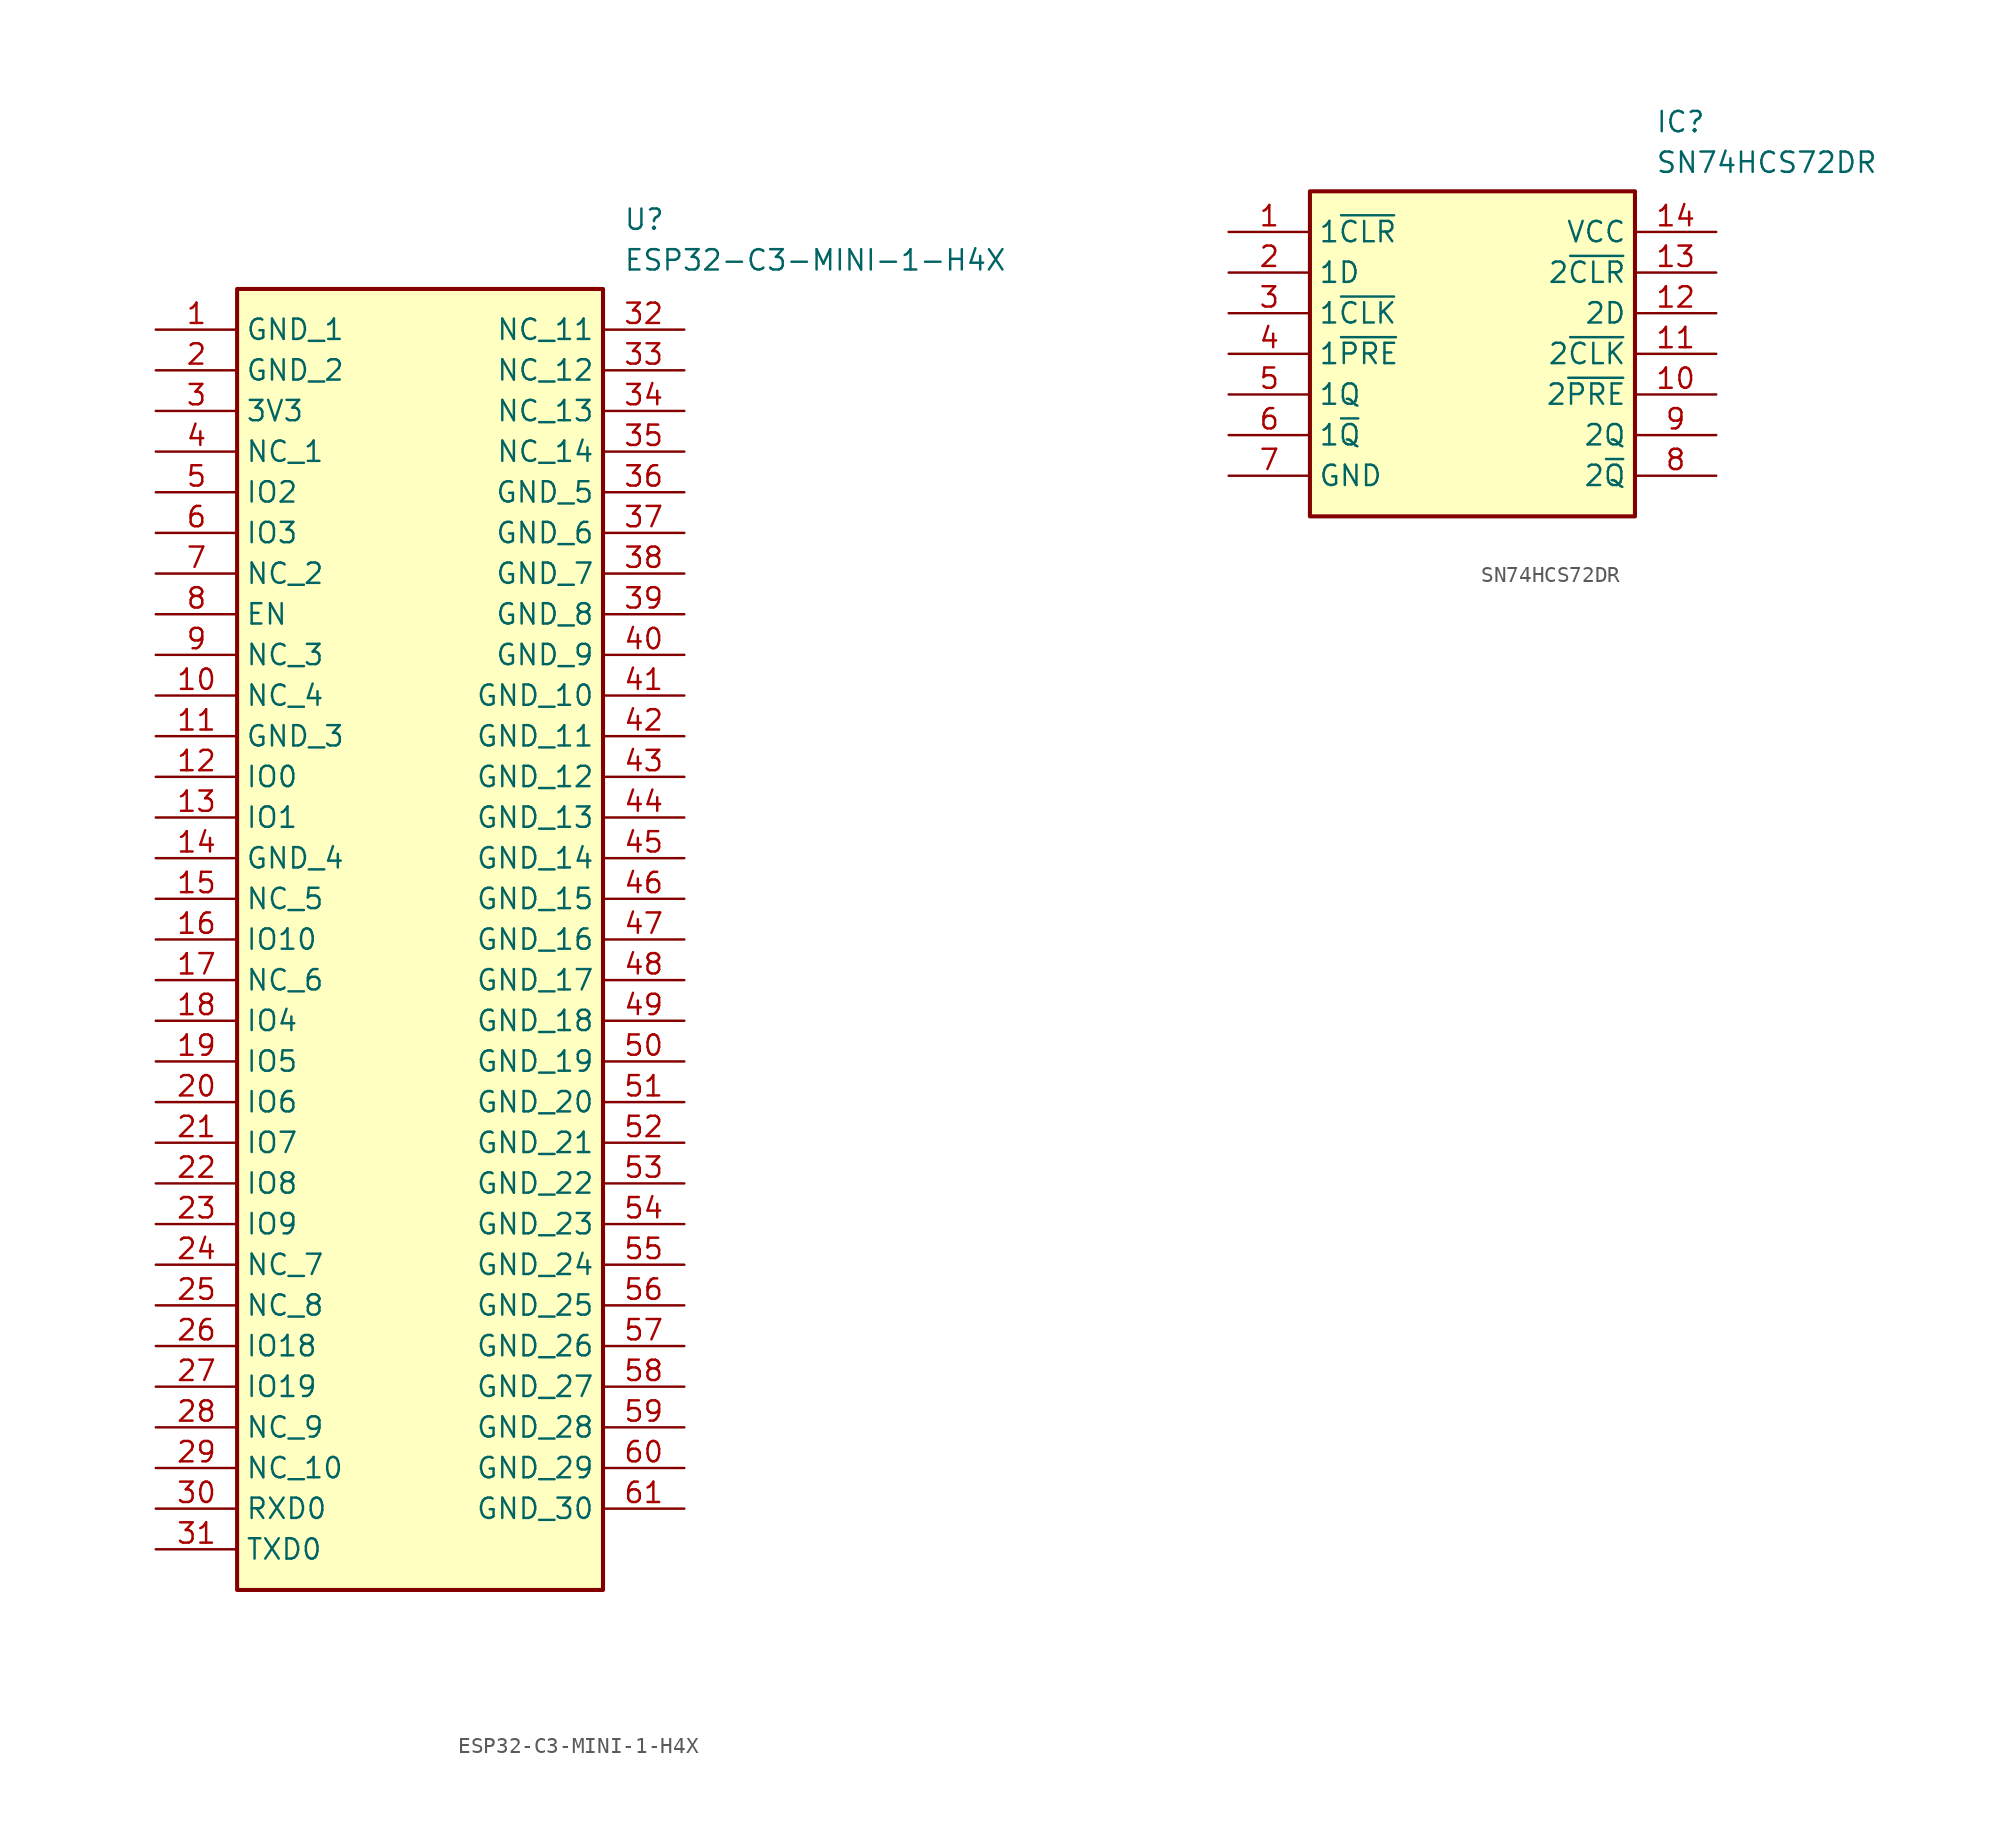
<source format=kicad_sym>
(kicad_symbol_lib
  (version 20241209)
  (generator "kicad_symbol_editor")
  (generator_version "9.0")
  (symbol "ESP32-C3-MINI-1-H4X"
    (property "Reference" "U"
      (at 29.21 7.62 0)
      (effects (font (size 1.27 1.27)) (justify left top)))
    (property "Value" "ESP32-C3-MINI-1-H4X"
      (at 29.21 5.08 0)
      (effects (font (size 1.27 1.27)) (justify left top)))
    (symbol "ESP32-C3-MINI-1-H4X_1_1"
      (rectangle (start 5.08 2.54) (end 27.94 -78.74) (stroke (width 0.254) (type default)) (fill (type background)))
      (pin passive line (at 0 0 0) (length 5.08) (name "GND_1" (effects (font (size 1.27 1.27)))) (number "1" (effects (font (size 1.27 1.27)))))
      (pin passive line (at 0 -2.54 0) (length 5.08) (name "GND_2" (effects (font (size 1.27 1.27)))) (number "2" (effects (font (size 1.27 1.27)))))
      (pin passive line (at 0 -5.08 0) (length 5.08) (name "3V3" (effects (font (size 1.27 1.27)))) (number "3" (effects (font (size 1.27 1.27)))))
      (pin passive line (at 0 -7.62 0) (length 5.08) (name "NC_1" (effects (font (size 1.27 1.27)))) (number "4" (effects (font (size 1.27 1.27)))))
      (pin passive line (at 0 -10.16 0) (length 5.08) (name "IO2" (effects (font (size 1.27 1.27)))) (number "5" (effects (font (size 1.27 1.27)))))
      (pin passive line (at 0 -12.7 0) (length 5.08) (name "IO3" (effects (font (size 1.27 1.27)))) (number "6" (effects (font (size 1.27 1.27)))))
      (pin passive line (at 0 -15.24 0) (length 5.08) (name "NC_2" (effects (font (size 1.27 1.27)))) (number "7" (effects (font (size 1.27 1.27)))))
      (pin passive line (at 0 -17.78 0) (length 5.08) (name "EN" (effects (font (size 1.27 1.27)))) (number "8" (effects (font (size 1.27 1.27)))))
      (pin passive line (at 0 -20.32 0) (length 5.08) (name "NC_3" (effects (font (size 1.27 1.27)))) (number "9" (effects (font (size 1.27 1.27)))))
      (pin passive line (at 0 -22.86 0) (length 5.08) (name "NC_4" (effects (font (size 1.27 1.27)))) (number "10" (effects (font (size 1.27 1.27)))))
      (pin passive line (at 0 -25.4 0) (length 5.08) (name "GND_3" (effects (font (size 1.27 1.27)))) (number "11" (effects (font (size 1.27 1.27)))))
      (pin passive line (at 0 -27.94 0) (length 5.08) (name "IO0" (effects (font (size 1.27 1.27)))) (number "12" (effects (font (size 1.27 1.27)))))
      (pin passive line (at 0 -30.48 0) (length 5.08) (name "IO1" (effects (font (size 1.27 1.27)))) (number "13" (effects (font (size 1.27 1.27)))))
      (pin passive line (at 0 -33.02 0) (length 5.08) (name "GND_4" (effects (font (size 1.27 1.27)))) (number "14" (effects (font (size 1.27 1.27)))))
      (pin passive line (at 0 -35.56 0) (length 5.08) (name "NC_5" (effects (font (size 1.27 1.27)))) (number "15" (effects (font (size 1.27 1.27)))))
      (pin passive line (at 0 -38.1 0) (length 5.08) (name "IO10" (effects (font (size 1.27 1.27)))) (number "16" (effects (font (size 1.27 1.27)))))
      (pin passive line (at 0 -40.64 0) (length 5.08) (name "NC_6" (effects (font (size 1.27 1.27)))) (number "17" (effects (font (size 1.27 1.27)))))
      (pin passive line (at 0 -43.18 0) (length 5.08) (name "IO4" (effects (font (size 1.27 1.27)))) (number "18" (effects (font (size 1.27 1.27)))))
      (pin passive line (at 0 -45.72 0) (length 5.08) (name "IO5" (effects (font (size 1.27 1.27)))) (number "19" (effects (font (size 1.27 1.27)))))
      (pin passive line (at 0 -48.26 0) (length 5.08) (name "IO6" (effects (font (size 1.27 1.27)))) (number "20" (effects (font (size 1.27 1.27)))))
      (pin passive line (at 0 -50.8 0) (length 5.08) (name "IO7" (effects (font (size 1.27 1.27)))) (number "21" (effects (font (size 1.27 1.27)))))
      (pin passive line (at 0 -53.34 0) (length 5.08) (name "IO8" (effects (font (size 1.27 1.27)))) (number "22" (effects (font (size 1.27 1.27)))))
      (pin passive line (at 0 -55.88 0) (length 5.08) (name "IO9" (effects (font (size 1.27 1.27)))) (number "23" (effects (font (size 1.27 1.27)))))
      (pin passive line (at 0 -58.42 0) (length 5.08) (name "NC_7" (effects (font (size 1.27 1.27)))) (number "24" (effects (font (size 1.27 1.27)))))
      (pin passive line (at 0 -60.96 0) (length 5.08) (name "NC_8" (effects (font (size 1.27 1.27)))) (number "25" (effects (font (size 1.27 1.27)))))
      (pin passive line (at 0 -63.5 0) (length 5.08) (name "IO18" (effects (font (size 1.27 1.27)))) (number "26" (effects (font (size 1.27 1.27)))))
      (pin passive line (at 0 -66.04 0) (length 5.08) (name "IO19" (effects (font (size 1.27 1.27)))) (number "27" (effects (font (size 1.27 1.27)))))
      (pin passive line (at 0 -68.58 0) (length 5.08) (name "NC_9" (effects (font (size 1.27 1.27)))) (number "28" (effects (font (size 1.27 1.27)))))
      (pin passive line (at 0 -71.12 0) (length 5.08) (name "NC_10" (effects (font (size 1.27 1.27)))) (number "29" (effects (font (size 1.27 1.27)))))
      (pin passive line (at 0 -73.66 0) (length 5.08) (name "RXD0" (effects (font (size 1.27 1.27)))) (number "30" (effects (font (size 1.27 1.27)))))
      (pin passive line (at 0 -76.2 0) (length 5.08) (name "TXD0" (effects (font (size 1.27 1.27)))) (number "31" (effects (font (size 1.27 1.27)))))
      (pin passive line (at 33.02 0 180) (length 5.08) (name "NC_11" (effects (font (size 1.27 1.27)))) (number "32" (effects (font (size 1.27 1.27)))))
      (pin passive line (at 33.02 -2.54 180) (length 5.08) (name "NC_12" (effects (font (size 1.27 1.27)))) (number "33" (effects (font (size 1.27 1.27)))))
      (pin passive line (at 33.02 -5.08 180) (length 5.08) (name "NC_13" (effects (font (size 1.27 1.27)))) (number "34" (effects (font (size 1.27 1.27)))))
      (pin passive line (at 33.02 -7.62 180) (length 5.08) (name "NC_14" (effects (font (size 1.27 1.27)))) (number "35" (effects (font (size 1.27 1.27)))))
      (pin passive line (at 33.02 -10.16 180) (length 5.08) (name "GND_5" (effects (font (size 1.27 1.27)))) (number "36" (effects (font (size 1.27 1.27)))))
      (pin passive line (at 33.02 -12.7 180) (length 5.08) (name "GND_6" (effects (font (size 1.27 1.27)))) (number "37" (effects (font (size 1.27 1.27)))))
      (pin passive line (at 33.02 -15.24 180) (length 5.08) (name "GND_7" (effects (font (size 1.27 1.27)))) (number "38" (effects (font (size 1.27 1.27)))))
      (pin passive line (at 33.02 -17.78 180) (length 5.08) (name "GND_8" (effects (font (size 1.27 1.27)))) (number "39" (effects (font (size 1.27 1.27)))))
      (pin passive line (at 33.02 -20.32 180) (length 5.08) (name "GND_9" (effects (font (size 1.27 1.27)))) (number "40" (effects (font (size 1.27 1.27)))))
      (pin passive line (at 33.02 -22.86 180) (length 5.08) (name "GND_10" (effects (font (size 1.27 1.27)))) (number "41" (effects (font (size 1.27 1.27)))))
      (pin passive line (at 33.02 -25.4 180) (length 5.08) (name "GND_11" (effects (font (size 1.27 1.27)))) (number "42" (effects (font (size 1.27 1.27)))))
      (pin passive line (at 33.02 -27.94 180) (length 5.08) (name "GND_12" (effects (font (size 1.27 1.27)))) (number "43" (effects (font (size 1.27 1.27)))))
      (pin passive line (at 33.02 -30.48 180) (length 5.08) (name "GND_13" (effects (font (size 1.27 1.27)))) (number "44" (effects (font (size 1.27 1.27)))))
      (pin passive line (at 33.02 -33.02 180) (length 5.08) (name "GND_14" (effects (font (size 1.27 1.27)))) (number "45" (effects (font (size 1.27 1.27)))))
      (pin passive line (at 33.02 -35.56 180) (length 5.08) (name "GND_15" (effects (font (size 1.27 1.27)))) (number "46" (effects (font (size 1.27 1.27)))))
      (pin passive line (at 33.02 -38.1 180) (length 5.08) (name "GND_16" (effects (font (size 1.27 1.27)))) (number "47" (effects (font (size 1.27 1.27)))))
      (pin passive line (at 33.02 -40.64 180) (length 5.08) (name "GND_17" (effects (font (size 1.27 1.27)))) (number "48" (effects (font (size 1.27 1.27)))))
      (pin passive line (at 33.02 -43.18 180) (length 5.08) (name "GND_18" (effects (font (size 1.27 1.27)))) (number "49" (effects (font (size 1.27 1.27)))))
      (pin passive line (at 33.02 -45.72 180) (length 5.08) (name "GND_19" (effects (font (size 1.27 1.27)))) (number "50" (effects (font (size 1.27 1.27)))))
      (pin passive line (at 33.02 -48.26 180) (length 5.08) (name "GND_20" (effects (font (size 1.27 1.27)))) (number "51" (effects (font (size 1.27 1.27)))))
      (pin passive line (at 33.02 -50.8 180) (length 5.08) (name "GND_21" (effects (font (size 1.27 1.27)))) (number "52" (effects (font (size 1.27 1.27)))))
      (pin passive line (at 33.02 -53.34 180) (length 5.08) (name "GND_22" (effects (font (size 1.27 1.27)))) (number "53" (effects (font (size 1.27 1.27)))))
      (pin passive line (at 33.02 -55.88 180) (length 5.08) (name "GND_23" (effects (font (size 1.27 1.27)))) (number "54" (effects (font (size 1.27 1.27)))))
      (pin passive line (at 33.02 -58.42 180) (length 5.08) (name "GND_24" (effects (font (size 1.27 1.27)))) (number "55" (effects (font (size 1.27 1.27)))))
      (pin passive line (at 33.02 -60.96 180) (length 5.08) (name "GND_25" (effects (font (size 1.27 1.27)))) (number "56" (effects (font (size 1.27 1.27)))))
      (pin passive line (at 33.02 -63.5 180) (length 5.08) (name "GND_26" (effects (font (size 1.27 1.27)))) (number "57" (effects (font (size 1.27 1.27)))))
      (pin passive line (at 33.02 -66.04 180) (length 5.08) (name "GND_27" (effects (font (size 1.27 1.27)))) (number "58" (effects (font (size 1.27 1.27)))))
      (pin passive line (at 33.02 -68.58 180) (length 5.08) (name "GND_28" (effects (font (size 1.27 1.27)))) (number "59" (effects (font (size 1.27 1.27)))))
      (pin passive line (at 33.02 -71.12 180) (length 5.08) (name "GND_29" (effects (font (size 1.27 1.27)))) (number "60" (effects (font (size 1.27 1.27)))))
      (pin passive line (at 33.02 -73.66 180) (length 5.08) (name "GND_30" (effects (font (size 1.27 1.27)))) (number "61" (effects (font (size 1.27 1.27)))))))
  (symbol "SN74HCS72DR"
    (property "Reference" "IC"
      (at 26.67 7.62 0)
      (effects (font (size 1.27 1.27)) (justify left top)))
    (property "Value" "SN74HCS72DR"
      (at 26.67 5.08 0)
      (effects (font (size 1.27 1.27)) (justify left top)))
    (symbol "SN74HCS72DR_1_1"
      (rectangle (start 5.08 2.54) (end 25.4 -17.78) (stroke (width 0.254) (type default)) (fill (type background)))
      (pin input line (at 0 0 0) (length 5.08) (name "1~{CLR}" (effects (font (size 1.27 1.27)))) (number "1" (effects (font (size 1.27 1.27)))))
      (pin input line (at 0 -2.54 0) (length 5.08) (name "1D" (effects (font (size 1.27 1.27)))) (number "2" (effects (font (size 1.27 1.27)))))
      (pin input line (at 0 -5.08 0) (length 5.08) (name "1~{CLK}" (effects (font (size 1.27 1.27)))) (number "3" (effects (font (size 1.27 1.27)))))
      (pin input line (at 0 -7.62 0) (length 5.08) (name "1~{PRE}" (effects (font (size 1.27 1.27)))) (number "4" (effects (font (size 1.27 1.27)))))
      (pin output line (at 0 -10.16 0) (length 5.08) (name "1Q" (effects (font (size 1.27 1.27)))) (number "5" (effects (font (size 1.27 1.27)))))
      (pin output line (at 0 -12.7 0) (length 5.08) (name "1~{Q}" (effects (font (size 1.27 1.27)))) (number "6" (effects (font (size 1.27 1.27)))))
      (pin power_in line (at 0 -15.24 0) (length 5.08) (name "GND" (effects (font (size 1.27 1.27)))) (number "7" (effects (font (size 1.27 1.27)))))
      (pin power_in line (at 30.48 0 180) (length 5.08) (name "VCC" (effects (font (size 1.27 1.27)))) (number "14" (effects (font (size 1.27 1.27)))))
      (pin input line (at 30.48 -2.54 180) (length 5.08) (name "2~{CLR}" (effects (font (size 1.27 1.27)))) (number "13" (effects (font (size 1.27 1.27)))))
      (pin input line (at 30.48 -5.08 180) (length 5.08) (name "2D" (effects (font (size 1.27 1.27)))) (number "12" (effects (font (size 1.27 1.27)))))
      (pin input line (at 30.48 -7.62 180) (length 5.08) (name "2~{CLK}" (effects (font (size 1.27 1.27)))) (number "11" (effects (font (size 1.27 1.27)))))
      (pin input line (at 30.48 -10.16 180) (length 5.08) (name "2~{PRE}" (effects (font (size 1.27 1.27)))) (number "10" (effects (font (size 1.27 1.27)))))
      (pin output line (at 30.48 -12.7 180) (length 5.08) (name "2Q" (effects (font (size 1.27 1.27)))) (number "9" (effects (font (size 1.27 1.27)))))
      (pin output line (at 30.48 -15.24 180) (length 5.08) (name "2~{Q}" (effects (font (size 1.27 1.27)))) (number "8" (effects (font (size 1.27 1.27))))))))
</source>
